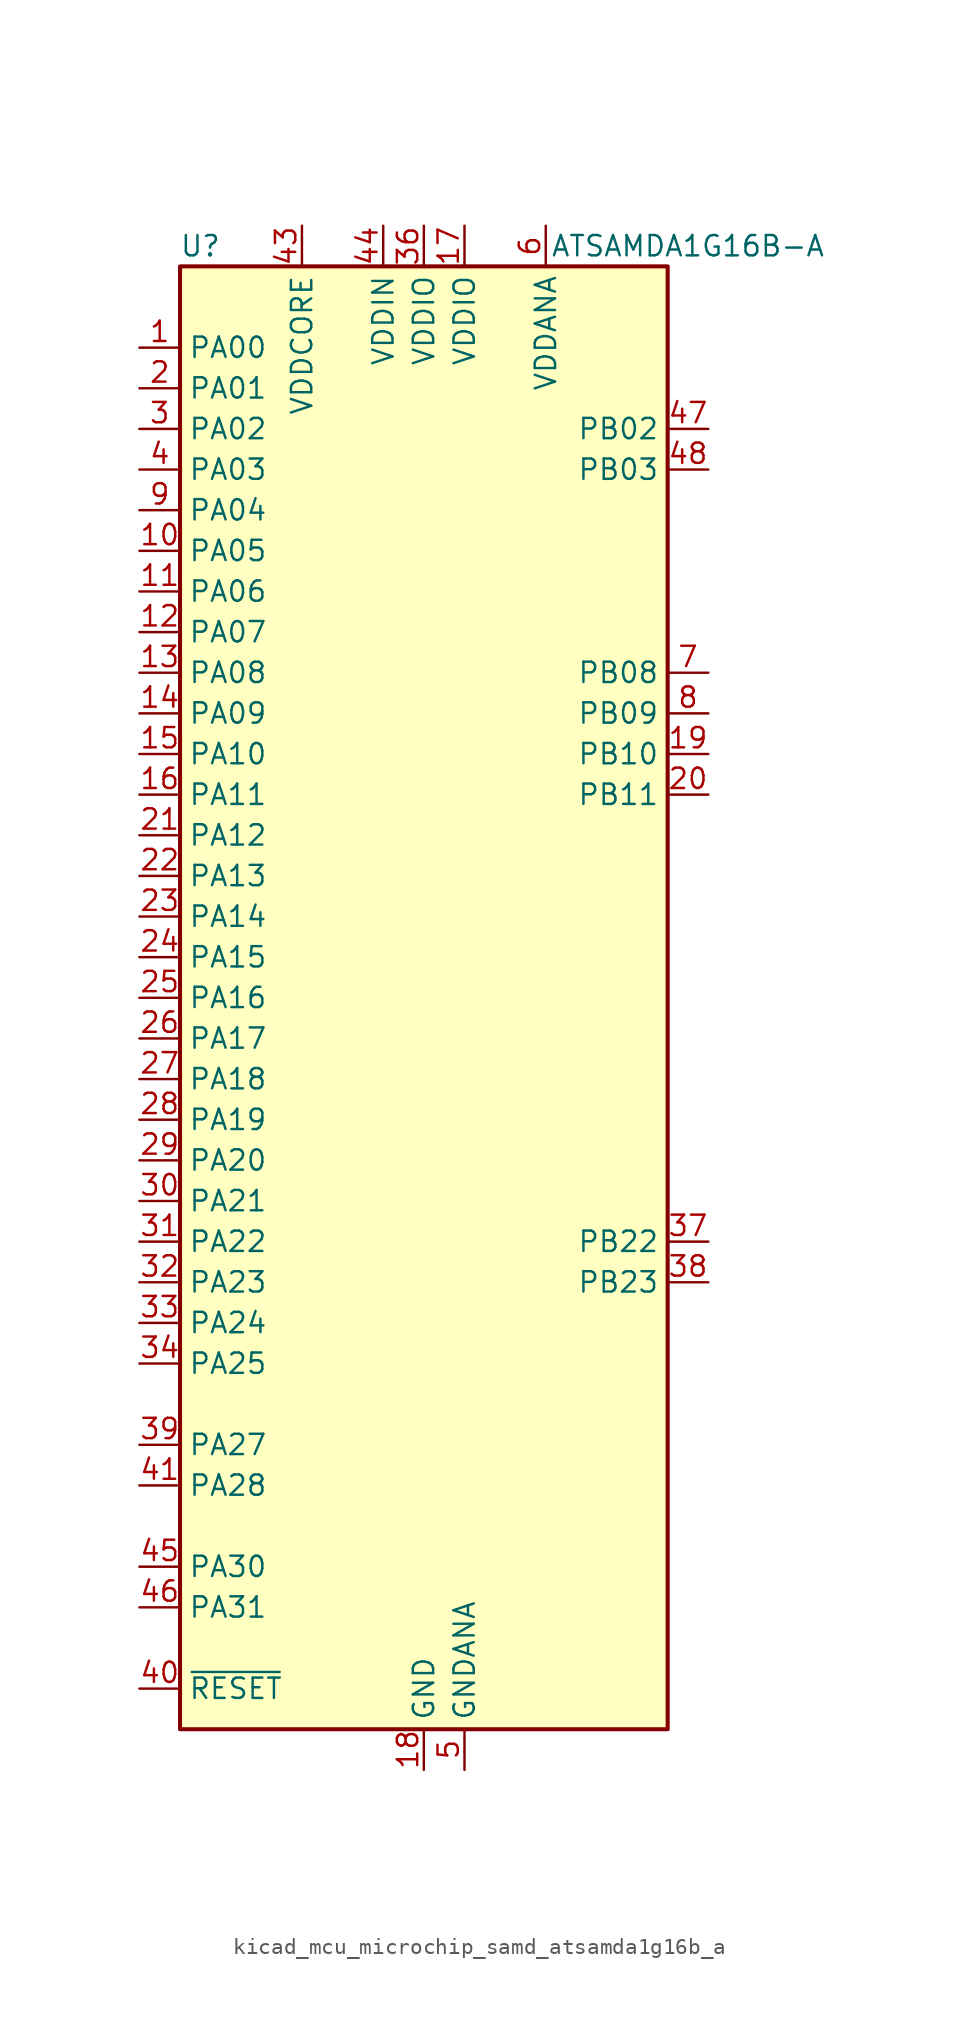
<source format=kicad_sym>
(kicad_symbol_lib
  (version 20220914)
  (generator kicad_symbol_editor)
  (symbol "kicad_mcu_microchip_samd_atsamda1g16b_a"
    (property "Reference" "U"
      (at -13.97 46.99 0)
      (effects (font (size 1.27 1.27))))
    (property "Value" "ATSAMDA1G16B-A"
      (at 16.51 46.99 0)
      (effects (font (size 1.27 1.27))))
    (symbol "kicad_mcu_microchip_samd_atsamda1g16b_a_0_1"
      (rectangle (start -15.24 45.72) (end 15.24 -45.72) (stroke (width 0.254) (type default)) (fill (type background))))
    (symbol "kicad_mcu_microchip_samd_atsamda1g16b_a_1_1"
      (pin bidirectional line (at -17.78 40.64 0) (length 2.54) (name "PA00" (effects (font (size 1.27 1.27)))) (number "1" (effects (font (size 1.27 1.27)))))
      (pin bidirectional line (at -17.78 27.94 0) (length 2.54) (name "PA05" (effects (font (size 1.27 1.27)))) (number "10" (effects (font (size 1.27 1.27)))))
      (pin bidirectional line (at -17.78 25.4 0) (length 2.54) (name "PA06" (effects (font (size 1.27 1.27)))) (number "11" (effects (font (size 1.27 1.27)))))
      (pin bidirectional line (at -17.78 22.86 0) (length 2.54) (name "PA07" (effects (font (size 1.27 1.27)))) (number "12" (effects (font (size 1.27 1.27)))))
      (pin bidirectional line (at -17.78 20.32 0) (length 2.54) (name "PA08" (effects (font (size 1.27 1.27)))) (number "13" (effects (font (size 1.27 1.27)))))
      (pin bidirectional line (at -17.78 17.78 0) (length 2.54) (name "PA09" (effects (font (size 1.27 1.27)))) (number "14" (effects (font (size 1.27 1.27)))))
      (pin bidirectional line (at -17.78 15.24 0) (length 2.54) (name "PA10" (effects (font (size 1.27 1.27)))) (number "15" (effects (font (size 1.27 1.27)))))
      (pin bidirectional line (at -17.78 12.7 0) (length 2.54) (name "PA11" (effects (font (size 1.27 1.27)))) (number "16" (effects (font (size 1.27 1.27)))))
      (pin power_in line (at 2.54 48.26 270) (length 2.54) (name "VDDIO" (effects (font (size 1.27 1.27)))) (number "17" (effects (font (size 1.27 1.27)))))
      (pin power_in line (at 0 -48.26 90) (length 2.54) (name "GND" (effects (font (size 1.27 1.27)))) (number "18" (effects (font (size 1.27 1.27)))))
      (pin bidirectional line (at 17.78 15.24 180) (length 2.54) (name "PB10" (effects (font (size 1.27 1.27)))) (number "19" (effects (font (size 1.27 1.27)))))
      (pin bidirectional line (at -17.78 38.1 0) (length 2.54) (name "PA01" (effects (font (size 1.27 1.27)))) (number "2" (effects (font (size 1.27 1.27)))))
      (pin bidirectional line (at 17.78 12.7 180) (length 2.54) (name "PB11" (effects (font (size 1.27 1.27)))) (number "20" (effects (font (size 1.27 1.27)))))
      (pin bidirectional line (at -17.78 10.16 0) (length 2.54) (name "PA12" (effects (font (size 1.27 1.27)))) (number "21" (effects (font (size 1.27 1.27)))))
      (pin bidirectional line (at -17.78 7.62 0) (length 2.54) (name "PA13" (effects (font (size 1.27 1.27)))) (number "22" (effects (font (size 1.27 1.27)))))
      (pin bidirectional line (at -17.78 5.08 0) (length 2.54) (name "PA14" (effects (font (size 1.27 1.27)))) (number "23" (effects (font (size 1.27 1.27)))))
      (pin bidirectional line (at -17.78 2.54 0) (length 2.54) (name "PA15" (effects (font (size 1.27 1.27)))) (number "24" (effects (font (size 1.27 1.27)))))
      (pin bidirectional line (at -17.78 0 0) (length 2.54) (name "PA16" (effects (font (size 1.27 1.27)))) (number "25" (effects (font (size 1.27 1.27)))))
      (pin bidirectional line (at -17.78 -2.54 0) (length 2.54) (name "PA17" (effects (font (size 1.27 1.27)))) (number "26" (effects (font (size 1.27 1.27)))))
      (pin bidirectional line (at -17.78 -5.08 0) (length 2.54) (name "PA18" (effects (font (size 1.27 1.27)))) (number "27" (effects (font (size 1.27 1.27)))))
      (pin bidirectional line (at -17.78 -7.62 0) (length 2.54) (name "PA19" (effects (font (size 1.27 1.27)))) (number "28" (effects (font (size 1.27 1.27)))))
      (pin bidirectional line (at -17.78 -10.16 0) (length 2.54) (name "PA20" (effects (font (size 1.27 1.27)))) (number "29" (effects (font (size 1.27 1.27)))))
      (pin bidirectional line (at -17.78 35.56 0) (length 2.54) (name "PA02" (effects (font (size 1.27 1.27)))) (number "3" (effects (font (size 1.27 1.27)))))
      (pin bidirectional line (at -17.78 -12.7 0) (length 2.54) (name "PA21" (effects (font (size 1.27 1.27)))) (number "30" (effects (font (size 1.27 1.27)))))
      (pin bidirectional line (at -17.78 -15.24 0) (length 2.54) (name "PA22" (effects (font (size 1.27 1.27)))) (number "31" (effects (font (size 1.27 1.27)))))
      (pin bidirectional line (at -17.78 -17.78 0) (length 2.54) (name "PA23" (effects (font (size 1.27 1.27)))) (number "32" (effects (font (size 1.27 1.27)))))
      (pin bidirectional line (at -17.78 -20.32 0) (length 2.54) (name "PA24" (effects (font (size 1.27 1.27)))) (number "33" (effects (font (size 1.27 1.27)))))
      (pin bidirectional line (at -17.78 -22.86 0) (length 2.54) (name "PA25" (effects (font (size 1.27 1.27)))) (number "34" (effects (font (size 1.27 1.27)))))
      (pin passive line (at 0 -48.26 90) (length 2.54) hide (name "GND" (effects (font (size 1.27 1.27)))) (number "35" (effects (font (size 1.27 1.27)))))
      (pin power_in line (at 0 48.26 270) (length 2.54) (name "VDDIO" (effects (font (size 1.27 1.27)))) (number "36" (effects (font (size 1.27 1.27)))))
      (pin bidirectional line (at 17.78 -15.24 180) (length 2.54) (name "PB22" (effects (font (size 1.27 1.27)))) (number "37" (effects (font (size 1.27 1.27)))))
      (pin bidirectional line (at 17.78 -17.78 180) (length 2.54) (name "PB23" (effects (font (size 1.27 1.27)))) (number "38" (effects (font (size 1.27 1.27)))))
      (pin bidirectional line (at -17.78 -27.94 0) (length 2.54) (name "PA27" (effects (font (size 1.27 1.27)))) (number "39" (effects (font (size 1.27 1.27)))))
      (pin bidirectional line (at -17.78 33.02 0) (length 2.54) (name "PA03" (effects (font (size 1.27 1.27)))) (number "4" (effects (font (size 1.27 1.27)))))
      (pin input line (at -17.78 -43.18 0) (length 2.54) (name "~{RESET}" (effects (font (size 1.27 1.27)))) (number "40" (effects (font (size 1.27 1.27)))))
      (pin bidirectional line (at -17.78 -30.48 0) (length 2.54) (name "PA28" (effects (font (size 1.27 1.27)))) (number "41" (effects (font (size 1.27 1.27)))))
      (pin passive line (at 0 -48.26 90) (length 2.54) hide (name "GND" (effects (font (size 1.27 1.27)))) (number "42" (effects (font (size 1.27 1.27)))))
      (pin power_out line (at -7.62 48.26 270) (length 2.54) (name "VDDCORE" (effects (font (size 1.27 1.27)))) (number "43" (effects (font (size 1.27 1.27)))))
      (pin power_in line (at -2.54 48.26 270) (length 2.54) (name "VDDIN" (effects (font (size 1.27 1.27)))) (number "44" (effects (font (size 1.27 1.27)))))
      (pin bidirectional line (at -17.78 -35.56 0) (length 2.54) (name "PA30" (effects (font (size 1.27 1.27)))) (number "45" (effects (font (size 1.27 1.27)))))
      (pin bidirectional line (at -17.78 -38.1 0) (length 2.54) (name "PA31" (effects (font (size 1.27 1.27)))) (number "46" (effects (font (size 1.27 1.27)))))
      (pin bidirectional line (at 17.78 35.56 180) (length 2.54) (name "PB02" (effects (font (size 1.27 1.27)))) (number "47" (effects (font (size 1.27 1.27)))))
      (pin bidirectional line (at 17.78 33.02 180) (length 2.54) (name "PB03" (effects (font (size 1.27 1.27)))) (number "48" (effects (font (size 1.27 1.27)))))
      (pin power_in line (at 2.54 -48.26 90) (length 2.54) (name "GNDANA" (effects (font (size 1.27 1.27)))) (number "5" (effects (font (size 1.27 1.27)))))
      (pin power_in line (at 7.62 48.26 270) (length 2.54) (name "VDDANA" (effects (font (size 1.27 1.27)))) (number "6" (effects (font (size 1.27 1.27)))))
      (pin bidirectional line (at 17.78 20.32 180) (length 2.54) (name "PB08" (effects (font (size 1.27 1.27)))) (number "7" (effects (font (size 1.27 1.27)))))
      (pin bidirectional line (at 17.78 17.78 180) (length 2.54) (name "PB09" (effects (font (size 1.27 1.27)))) (number "8" (effects (font (size 1.27 1.27)))))
      (pin bidirectional line (at -17.78 30.48 0) (length 2.54) (name "PA04" (effects (font (size 1.27 1.27)))) (number "9" (effects (font (size 1.27 1.27))))))))
</source>
